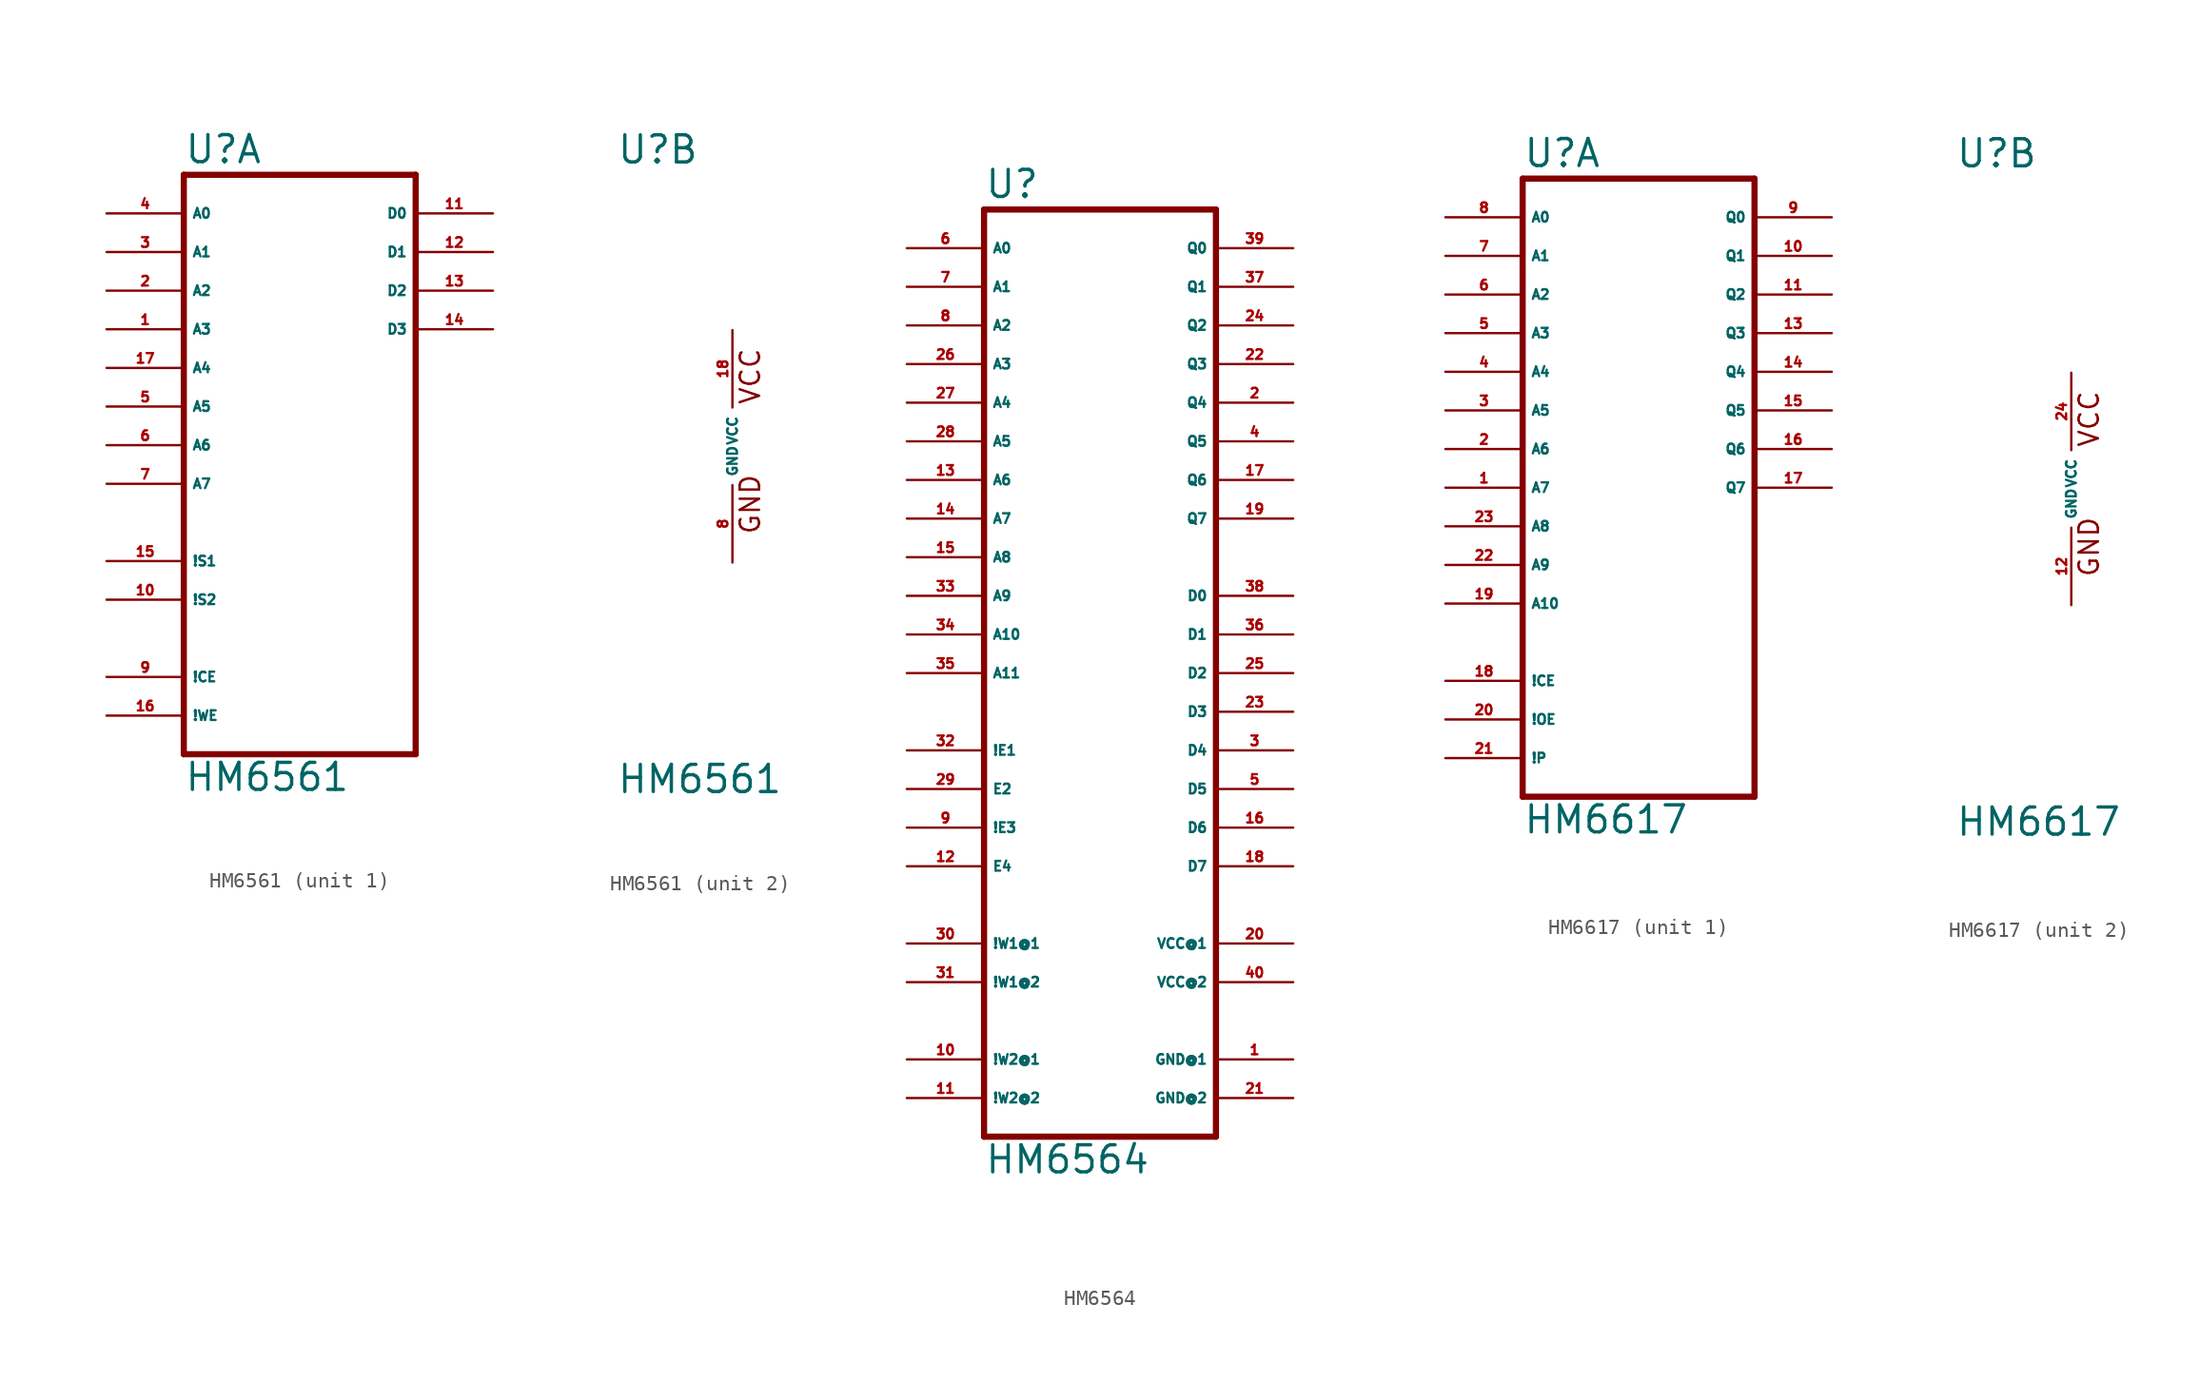
<source format=kicad_sym>
(kicad_symbol_lib
  (version 20220914)
  (generator Eagle2Kicad)
  (symbol "HM6561"
    (property "Reference" "U"
      (at -7.62 18.415 0)
      (effects (font (size 1.778 1.778) (thickness 0.22)) (justify left bottom)))
    (property "Value" "HM6561"
      (at -7.62 -22.86 0)
      (effects (font (size 1.778 1.778) (thickness 0.22)) (justify left bottom)))
    (symbol "HM6561_1_0"
      (polyline (pts (xy -7.62 -20.32) (xy 7.62 -20.32)) (stroke (width 0.406) (type default)) (fill (type none)))
      (polyline (pts (xy 7.62 -20.32) (xy 7.62 17.78)) (stroke (width 0.406) (type default)) (fill (type none)))
      (polyline (pts (xy 7.62 17.78) (xy -7.62 17.78)) (stroke (width 0.406) (type default)) (fill (type none)))
      (polyline (pts (xy -7.62 17.78) (xy -7.62 -20.32)) (stroke (width 0.406) (type default)) (fill (type none)))
      (pin input line (at -12.7 7.62 0) (length 5.08) (name "A3" (effects (font (size 0.635 0.635) (thickness 0.08)) (justify left bottom))) (number "1" (effects (font (size 0.635 0.635) (thickness 0.08)) (justify left bottom))))
      (pin input line (at -12.7 10.16 0) (length 5.08) (name "A2" (effects (font (size 0.635 0.635) (thickness 0.08)) (justify left bottom))) (number "2" (effects (font (size 0.635 0.635) (thickness 0.08)) (justify left bottom))))
      (pin input line (at -12.7 12.7 0) (length 5.08) (name "A1" (effects (font (size 0.635 0.635) (thickness 0.08)) (justify left bottom))) (number "3" (effects (font (size 0.635 0.635) (thickness 0.08)) (justify left bottom))))
      (pin input line (at -12.7 15.24 0) (length 5.08) (name "A0" (effects (font (size 0.635 0.635) (thickness 0.08)) (justify left bottom))) (number "4" (effects (font (size 0.635 0.635) (thickness 0.08)) (justify left bottom))))
      (pin input line (at -12.7 2.54 0) (length 5.08) (name "A5" (effects (font (size 0.635 0.635) (thickness 0.08)) (justify left bottom))) (number "5" (effects (font (size 0.635 0.635) (thickness 0.08)) (justify left bottom))))
      (pin input line (at -12.7 0 0) (length 5.08) (name "A6" (effects (font (size 0.635 0.635) (thickness 0.08)) (justify left bottom))) (number "6" (effects (font (size 0.635 0.635) (thickness 0.08)) (justify left bottom))))
      (pin input line (at -12.7 -2.54 0) (length 5.08) (name "A7" (effects (font (size 0.635 0.635) (thickness 0.08)) (justify left bottom))) (number "7" (effects (font (size 0.635 0.635) (thickness 0.08)) (justify left bottom))))
      (pin input line (at -12.7 -15.24 0) (length 5.08) (name "!CE" (effects (font (size 0.635 0.635) (thickness 0.08)) (justify left bottom))) (number "9" (effects (font (size 0.635 0.635) (thickness 0.08)) (justify left bottom))))
      (pin input line (at -12.7 -10.16 0) (length 5.08) (name "!S2" (effects (font (size 0.635 0.635) (thickness 0.08)) (justify left bottom))) (number "10" (effects (font (size 0.635 0.635) (thickness 0.08)) (justify left bottom))))
      (pin bidirectional line (at 12.7 15.24 180) (length 5.08) (name "D0" (effects (font (size 0.635 0.635) (thickness 0.08)) (justify left bottom))) (number "11" (effects (font (size 0.635 0.635) (thickness 0.08)) (justify left bottom))))
      (pin bidirectional line (at 12.7 12.7 180) (length 5.08) (name "D1" (effects (font (size 0.635 0.635) (thickness 0.08)) (justify left bottom))) (number "12" (effects (font (size 0.635 0.635) (thickness 0.08)) (justify left bottom))))
      (pin bidirectional line (at 12.7 10.16 180) (length 5.08) (name "D2" (effects (font (size 0.635 0.635) (thickness 0.08)) (justify left bottom))) (number "13" (effects (font (size 0.635 0.635) (thickness 0.08)) (justify left bottom))))
      (pin bidirectional line (at 12.7 7.62 180) (length 5.08) (name "D3" (effects (font (size 0.635 0.635) (thickness 0.08)) (justify left bottom))) (number "14" (effects (font (size 0.635 0.635) (thickness 0.08)) (justify left bottom))))
      (pin input line (at -12.7 -7.62 0) (length 5.08) (name "!S1" (effects (font (size 0.635 0.635) (thickness 0.08)) (justify left bottom))) (number "15" (effects (font (size 0.635 0.635) (thickness 0.08)) (justify left bottom))))
      (pin input line (at -12.7 -17.78 0) (length 5.08) (name "!WE" (effects (font (size 0.635 0.635) (thickness 0.08)) (justify left bottom))) (number "16" (effects (font (size 0.635 0.635) (thickness 0.08)) (justify left bottom))))
      (pin input line (at -12.7 5.08 0) (length 5.08) (name "A4" (effects (font (size 0.635 0.635) (thickness 0.08)) (justify left bottom))) (number "17" (effects (font (size 0.635 0.635) (thickness 0.08)) (justify left bottom)))))
    (symbol "HM6561_2_0"
      (text "GND" (at 1.905 -5.842 900) (effects (font (size 1.27 1.27) (thickness 0.16)) (justify left bottom)))
      (text "VCC" (at 1.905 2.667 900) (effects (font (size 1.27 1.27) (thickness 0.16)) (justify left bottom)))
      (pin unspecified line (at 0 -7.62 90) (length 5.08) (name "GND" (effects (font (size 0.635 0.635) (thickness 0.08)) (justify left bottom))) (number "8" (effects (font (size 0.635 0.635) (thickness 0.08)) (justify left bottom))))
      (pin unspecified line (at 0 7.62 270) (length 5.08) (name "VCC" (effects (font (size 0.635 0.635) (thickness 0.08)) (justify left bottom))) (number "18" (effects (font (size 0.635 0.635) (thickness 0.08)) (justify left bottom))))))
  (symbol "HM6564"
    (property "Reference" "U"
      (at -7.62 31.115 0)
      (effects (font (size 1.778 1.778) (thickness 0.22)) (justify left bottom)))
    (property "Value" "HM6564"
      (at -7.62 -33.02 0)
      (effects (font (size 1.778 1.778) (thickness 0.22)) (justify left bottom)))
    (polyline
      (pts (xy -7.62 -30.48) (xy 7.62 -30.48))
      (stroke (width 0.406) (type default))
      (fill (type none)))
    (polyline
      (pts (xy 7.62 -30.48) (xy 7.62 30.48))
      (stroke (width 0.406) (type default))
      (fill (type none)))
    (polyline
      (pts (xy 7.62 30.48) (xy -7.62 30.48))
      (stroke (width 0.406) (type default))
      (fill (type none)))
    (polyline
      (pts (xy -7.62 30.48) (xy -7.62 -30.48))
      (stroke (width 0.406) (type default))
      (fill (type none)))
    (pin tri_state line
      (at 12.7 17.78 180)
      (length 5.08)
      (name "Q4" (effects (font (size 0.635 0.635) (thickness 0.08)) (justify left bottom)))
      (number "2" (effects (font (size 0.635 0.635) (thickness 0.08)) (justify left bottom))))
    (pin input line
      (at 12.7 -5.08 180)
      (length 5.08)
      (name "D4" (effects (font (size 0.635 0.635) (thickness 0.08)) (justify left bottom)))
      (number "3" (effects (font (size 0.635 0.635) (thickness 0.08)) (justify left bottom))))
    (pin tri_state line
      (at 12.7 15.24 180)
      (length 5.08)
      (name "Q5" (effects (font (size 0.635 0.635) (thickness 0.08)) (justify left bottom)))
      (number "4" (effects (font (size 0.635 0.635) (thickness 0.08)) (justify left bottom))))
    (pin input line
      (at 12.7 -7.62 180)
      (length 5.08)
      (name "D5" (effects (font (size 0.635 0.635) (thickness 0.08)) (justify left bottom)))
      (number "5" (effects (font (size 0.635 0.635) (thickness 0.08)) (justify left bottom))))
    (pin input line
      (at -12.7 27.94 0)
      (length 5.08)
      (name "A0" (effects (font (size 0.635 0.635) (thickness 0.08)) (justify left bottom)))
      (number "6" (effects (font (size 0.635 0.635) (thickness 0.08)) (justify left bottom))))
    (pin input line
      (at -12.7 25.4 0)
      (length 5.08)
      (name "A1" (effects (font (size 0.635 0.635) (thickness 0.08)) (justify left bottom)))
      (number "7" (effects (font (size 0.635 0.635) (thickness 0.08)) (justify left bottom))))
    (pin input line
      (at -12.7 22.86 0)
      (length 5.08)
      (name "A2" (effects (font (size 0.635 0.635) (thickness 0.08)) (justify left bottom)))
      (number "8" (effects (font (size 0.635 0.635) (thickness 0.08)) (justify left bottom))))
    (pin input line
      (at -12.7 -10.16 0)
      (length 5.08)
      (name "!E3" (effects (font (size 0.635 0.635) (thickness 0.08)) (justify left bottom)))
      (number "9" (effects (font (size 0.635 0.635) (thickness 0.08)) (justify left bottom))))
    (pin input line
      (at -12.7 -25.4 0)
      (length 5.08)
      (name "!W2@1" (effects (font (size 0.635 0.635) (thickness 0.08)) (justify left bottom)))
      (number "10" (effects (font (size 0.635 0.635) (thickness 0.08)) (justify left bottom))))
    (pin input line
      (at -12.7 -27.94 0)
      (length 5.08)
      (name "!W2@2" (effects (font (size 0.635 0.635) (thickness 0.08)) (justify left bottom)))
      (number "11" (effects (font (size 0.635 0.635) (thickness 0.08)) (justify left bottom))))
    (pin input line
      (at -12.7 -12.7 0)
      (length 5.08)
      (name "E4" (effects (font (size 0.635 0.635) (thickness 0.08)) (justify left bottom)))
      (number "12" (effects (font (size 0.635 0.635) (thickness 0.08)) (justify left bottom))))
    (pin input line
      (at -12.7 12.7 0)
      (length 5.08)
      (name "A6" (effects (font (size 0.635 0.635) (thickness 0.08)) (justify left bottom)))
      (number "13" (effects (font (size 0.635 0.635) (thickness 0.08)) (justify left bottom))))
    (pin input line
      (at -12.7 10.16 0)
      (length 5.08)
      (name "A7" (effects (font (size 0.635 0.635) (thickness 0.08)) (justify left bottom)))
      (number "14" (effects (font (size 0.635 0.635) (thickness 0.08)) (justify left bottom))))
    (pin input line
      (at -12.7 7.62 0)
      (length 5.08)
      (name "A8" (effects (font (size 0.635 0.635) (thickness 0.08)) (justify left bottom)))
      (number "15" (effects (font (size 0.635 0.635) (thickness 0.08)) (justify left bottom))))
    (pin input line
      (at 12.7 -10.16 180)
      (length 5.08)
      (name "D6" (effects (font (size 0.635 0.635) (thickness 0.08)) (justify left bottom)))
      (number "16" (effects (font (size 0.635 0.635) (thickness 0.08)) (justify left bottom))))
    (pin tri_state line
      (at 12.7 12.7 180)
      (length 5.08)
      (name "Q6" (effects (font (size 0.635 0.635) (thickness 0.08)) (justify left bottom)))
      (number "17" (effects (font (size 0.635 0.635) (thickness 0.08)) (justify left bottom))))
    (pin input line
      (at 12.7 -12.7 180)
      (length 5.08)
      (name "D7" (effects (font (size 0.635 0.635) (thickness 0.08)) (justify left bottom)))
      (number "18" (effects (font (size 0.635 0.635) (thickness 0.08)) (justify left bottom))))
    (pin tri_state line
      (at 12.7 10.16 180)
      (length 5.08)
      (name "Q7" (effects (font (size 0.635 0.635) (thickness 0.08)) (justify left bottom)))
      (number "19" (effects (font (size 0.635 0.635) (thickness 0.08)) (justify left bottom))))
    (pin tri_state line
      (at 12.7 20.32 180)
      (length 5.08)
      (name "Q3" (effects (font (size 0.635 0.635) (thickness 0.08)) (justify left bottom)))
      (number "22" (effects (font (size 0.635 0.635) (thickness 0.08)) (justify left bottom))))
    (pin input line
      (at 12.7 -2.54 180)
      (length 5.08)
      (name "D3" (effects (font (size 0.635 0.635) (thickness 0.08)) (justify left bottom)))
      (number "23" (effects (font (size 0.635 0.635) (thickness 0.08)) (justify left bottom))))
    (pin tri_state line
      (at 12.7 22.86 180)
      (length 5.08)
      (name "Q2" (effects (font (size 0.635 0.635) (thickness 0.08)) (justify left bottom)))
      (number "24" (effects (font (size 0.635 0.635) (thickness 0.08)) (justify left bottom))))
    (pin input line
      (at 12.7 0 180)
      (length 5.08)
      (name "D2" (effects (font (size 0.635 0.635) (thickness 0.08)) (justify left bottom)))
      (number "25" (effects (font (size 0.635 0.635) (thickness 0.08)) (justify left bottom))))
    (pin input line
      (at -12.7 20.32 0)
      (length 5.08)
      (name "A3" (effects (font (size 0.635 0.635) (thickness 0.08)) (justify left bottom)))
      (number "26" (effects (font (size 0.635 0.635) (thickness 0.08)) (justify left bottom))))
    (pin input line
      (at -12.7 17.78 0)
      (length 5.08)
      (name "A4" (effects (font (size 0.635 0.635) (thickness 0.08)) (justify left bottom)))
      (number "27" (effects (font (size 0.635 0.635) (thickness 0.08)) (justify left bottom))))
    (pin input line
      (at -12.7 15.24 0)
      (length 5.08)
      (name "A5" (effects (font (size 0.635 0.635) (thickness 0.08)) (justify left bottom)))
      (number "28" (effects (font (size 0.635 0.635) (thickness 0.08)) (justify left bottom))))
    (pin input line
      (at -12.7 -7.62 0)
      (length 5.08)
      (name "E2" (effects (font (size 0.635 0.635) (thickness 0.08)) (justify left bottom)))
      (number "29" (effects (font (size 0.635 0.635) (thickness 0.08)) (justify left bottom))))
    (pin input line
      (at -12.7 -17.78 0)
      (length 5.08)
      (name "!W1@1" (effects (font (size 0.635 0.635) (thickness 0.08)) (justify left bottom)))
      (number "30" (effects (font (size 0.635 0.635) (thickness 0.08)) (justify left bottom))))
    (pin input line
      (at -12.7 -20.32 0)
      (length 5.08)
      (name "!W1@2" (effects (font (size 0.635 0.635) (thickness 0.08)) (justify left bottom)))
      (number "31" (effects (font (size 0.635 0.635) (thickness 0.08)) (justify left bottom))))
    (pin input line
      (at -12.7 -5.08 0)
      (length 5.08)
      (name "!E1" (effects (font (size 0.635 0.635) (thickness 0.08)) (justify left bottom)))
      (number "32" (effects (font (size 0.635 0.635) (thickness 0.08)) (justify left bottom))))
    (pin input line
      (at -12.7 5.08 0)
      (length 5.08)
      (name "A9" (effects (font (size 0.635 0.635) (thickness 0.08)) (justify left bottom)))
      (number "33" (effects (font (size 0.635 0.635) (thickness 0.08)) (justify left bottom))))
    (pin input line
      (at -12.7 2.54 0)
      (length 5.08)
      (name "A10" (effects (font (size 0.635 0.635) (thickness 0.08)) (justify left bottom)))
      (number "34" (effects (font (size 0.635 0.635) (thickness 0.08)) (justify left bottom))))
    (pin input line
      (at -12.7 0 0)
      (length 5.08)
      (name "A11" (effects (font (size 0.635 0.635) (thickness 0.08)) (justify left bottom)))
      (number "35" (effects (font (size 0.635 0.635) (thickness 0.08)) (justify left bottom))))
    (pin input line
      (at 12.7 2.54 180)
      (length 5.08)
      (name "D1" (effects (font (size 0.635 0.635) (thickness 0.08)) (justify left bottom)))
      (number "36" (effects (font (size 0.635 0.635) (thickness 0.08)) (justify left bottom))))
    (pin tri_state line
      (at 12.7 25.4 180)
      (length 5.08)
      (name "Q1" (effects (font (size 0.635 0.635) (thickness 0.08)) (justify left bottom)))
      (number "37" (effects (font (size 0.635 0.635) (thickness 0.08)) (justify left bottom))))
    (pin input line
      (at 12.7 5.08 180)
      (length 5.08)
      (name "D0" (effects (font (size 0.635 0.635) (thickness 0.08)) (justify left bottom)))
      (number "38" (effects (font (size 0.635 0.635) (thickness 0.08)) (justify left bottom))))
    (pin tri_state line
      (at 12.7 27.94 180)
      (length 5.08)
      (name "Q0" (effects (font (size 0.635 0.635) (thickness 0.08)) (justify left bottom)))
      (number "39" (effects (font (size 0.635 0.635) (thickness 0.08)) (justify left bottom))))
    (pin unspecified line
      (at 12.7 -17.78 180)
      (length 5.08)
      (name "VCC@1" (effects (font (size 0.635 0.635) (thickness 0.08)) (justify left bottom)))
      (number "20" (effects (font (size 0.635 0.635) (thickness 0.08)) (justify left bottom))))
    (pin unspecified line
      (at 12.7 -20.32 180)
      (length 5.08)
      (name "VCC@2" (effects (font (size 0.635 0.635) (thickness 0.08)) (justify left bottom)))
      (number "40" (effects (font (size 0.635 0.635) (thickness 0.08)) (justify left bottom))))
    (pin unspecified line
      (at 12.7 -25.4 180)
      (length 5.08)
      (name "GND@1" (effects (font (size 0.635 0.635) (thickness 0.08)) (justify left bottom)))
      (number "1" (effects (font (size 0.635 0.635) (thickness 0.08)) (justify left bottom))))
    (pin unspecified line
      (at 12.7 -27.94 180)
      (length 5.08)
      (name "GND@2" (effects (font (size 0.635 0.635) (thickness 0.08)) (justify left bottom)))
      (number "21" (effects (font (size 0.635 0.635) (thickness 0.08)) (justify left bottom)))))
  (symbol "HM6617"
    (property "Reference" "U"
      (at -7.62 20.955 0)
      (effects (font (size 1.778 1.778) (thickness 0.22)) (justify left bottom)))
    (property "Value" "HM6617"
      (at -7.62 -22.86 0)
      (effects (font (size 1.778 1.778) (thickness 0.22)) (justify left bottom)))
    (symbol "HM6617_1_0"
      (polyline (pts (xy -7.62 -20.32) (xy 7.62 -20.32)) (stroke (width 0.406) (type default)) (fill (type none)))
      (polyline (pts (xy 7.62 -20.32) (xy 7.62 20.32)) (stroke (width 0.406) (type default)) (fill (type none)))
      (polyline (pts (xy 7.62 20.32) (xy -7.62 20.32)) (stroke (width 0.406) (type default)) (fill (type none)))
      (polyline (pts (xy -7.62 20.32) (xy -7.62 -20.32)) (stroke (width 0.406) (type default)) (fill (type none)))
      (pin input line (at -12.7 0 0) (length 5.08) (name "A7" (effects (font (size 0.635 0.635) (thickness 0.08)) (justify left bottom))) (number "1" (effects (font (size 0.635 0.635) (thickness 0.08)) (justify left bottom))))
      (pin input line (at -12.7 2.54 0) (length 5.08) (name "A6" (effects (font (size 0.635 0.635) (thickness 0.08)) (justify left bottom))) (number "2" (effects (font (size 0.635 0.635) (thickness 0.08)) (justify left bottom))))
      (pin input line (at -12.7 5.08 0) (length 5.08) (name "A5" (effects (font (size 0.635 0.635) (thickness 0.08)) (justify left bottom))) (number "3" (effects (font (size 0.635 0.635) (thickness 0.08)) (justify left bottom))))
      (pin input line (at -12.7 7.62 0) (length 5.08) (name "A4" (effects (font (size 0.635 0.635) (thickness 0.08)) (justify left bottom))) (number "4" (effects (font (size 0.635 0.635) (thickness 0.08)) (justify left bottom))))
      (pin input line (at -12.7 10.16 0) (length 5.08) (name "A3" (effects (font (size 0.635 0.635) (thickness 0.08)) (justify left bottom))) (number "5" (effects (font (size 0.635 0.635) (thickness 0.08)) (justify left bottom))))
      (pin input line (at -12.7 12.7 0) (length 5.08) (name "A2" (effects (font (size 0.635 0.635) (thickness 0.08)) (justify left bottom))) (number "6" (effects (font (size 0.635 0.635) (thickness 0.08)) (justify left bottom))))
      (pin input line (at -12.7 15.24 0) (length 5.08) (name "A1" (effects (font (size 0.635 0.635) (thickness 0.08)) (justify left bottom))) (number "7" (effects (font (size 0.635 0.635) (thickness 0.08)) (justify left bottom))))
      (pin input line (at -12.7 17.78 0) (length 5.08) (name "A0" (effects (font (size 0.635 0.635) (thickness 0.08)) (justify left bottom))) (number "8" (effects (font (size 0.635 0.635) (thickness 0.08)) (justify left bottom))))
      (pin tri_state line (at 12.7 17.78 180) (length 5.08) (name "Q0" (effects (font (size 0.635 0.635) (thickness 0.08)) (justify left bottom))) (number "9" (effects (font (size 0.635 0.635) (thickness 0.08)) (justify left bottom))))
      (pin tri_state line (at 12.7 15.24 180) (length 5.08) (name "Q1" (effects (font (size 0.635 0.635) (thickness 0.08)) (justify left bottom))) (number "10" (effects (font (size 0.635 0.635) (thickness 0.08)) (justify left bottom))))
      (pin tri_state line (at 12.7 12.7 180) (length 5.08) (name "Q2" (effects (font (size 0.635 0.635) (thickness 0.08)) (justify left bottom))) (number "11" (effects (font (size 0.635 0.635) (thickness 0.08)) (justify left bottom))))
      (pin tri_state line (at 12.7 10.16 180) (length 5.08) (name "Q3" (effects (font (size 0.635 0.635) (thickness 0.08)) (justify left bottom))) (number "13" (effects (font (size 0.635 0.635) (thickness 0.08)) (justify left bottom))))
      (pin tri_state line (at 12.7 7.62 180) (length 5.08) (name "Q4" (effects (font (size 0.635 0.635) (thickness 0.08)) (justify left bottom))) (number "14" (effects (font (size 0.635 0.635) (thickness 0.08)) (justify left bottom))))
      (pin tri_state line (at 12.7 5.08 180) (length 5.08) (name "Q5" (effects (font (size 0.635 0.635) (thickness 0.08)) (justify left bottom))) (number "15" (effects (font (size 0.635 0.635) (thickness 0.08)) (justify left bottom))))
      (pin tri_state line (at 12.7 2.54 180) (length 5.08) (name "Q6" (effects (font (size 0.635 0.635) (thickness 0.08)) (justify left bottom))) (number "16" (effects (font (size 0.635 0.635) (thickness 0.08)) (justify left bottom))))
      (pin tri_state line (at 12.7 0 180) (length 5.08) (name "Q7" (effects (font (size 0.635 0.635) (thickness 0.08)) (justify left bottom))) (number "17" (effects (font (size 0.635 0.635) (thickness 0.08)) (justify left bottom))))
      (pin input line (at -12.7 -12.7 0) (length 5.08) (name "!CE" (effects (font (size 0.635 0.635) (thickness 0.08)) (justify left bottom))) (number "18" (effects (font (size 0.635 0.635) (thickness 0.08)) (justify left bottom))))
      (pin input line (at -12.7 -7.62 0) (length 5.08) (name "A10" (effects (font (size 0.635 0.635) (thickness 0.08)) (justify left bottom))) (number "19" (effects (font (size 0.635 0.635) (thickness 0.08)) (justify left bottom))))
      (pin input line (at -12.7 -15.24 0) (length 5.08) (name "!OE" (effects (font (size 0.635 0.635) (thickness 0.08)) (justify left bottom))) (number "20" (effects (font (size 0.635 0.635) (thickness 0.08)) (justify left bottom))))
      (pin input line (at -12.7 -17.78 0) (length 5.08) (name "!P" (effects (font (size 0.635 0.635) (thickness 0.08)) (justify left bottom))) (number "21" (effects (font (size 0.635 0.635) (thickness 0.08)) (justify left bottom))))
      (pin input line (at -12.7 -5.08 0) (length 5.08) (name "A9" (effects (font (size 0.635 0.635) (thickness 0.08)) (justify left bottom))) (number "22" (effects (font (size 0.635 0.635) (thickness 0.08)) (justify left bottom))))
      (pin input line (at -12.7 -2.54 0) (length 5.08) (name "A8" (effects (font (size 0.635 0.635) (thickness 0.08)) (justify left bottom))) (number "23" (effects (font (size 0.635 0.635) (thickness 0.08)) (justify left bottom)))))
    (symbol "HM6617_2_0"
      (text "GND" (at 1.905 -5.842 900) (effects (font (size 1.27 1.27) (thickness 0.16)) (justify left bottom)))
      (text "VCC" (at 1.905 2.667 900) (effects (font (size 1.27 1.27) (thickness 0.16)) (justify left bottom)))
      (pin unspecified line (at 0 -7.62 90) (length 5.08) (name "GND" (effects (font (size 0.635 0.635) (thickness 0.08)) (justify left bottom))) (number "12" (effects (font (size 0.635 0.635) (thickness 0.08)) (justify left bottom))))
      (pin unspecified line (at 0 7.62 270) (length 5.08) (name "VCC" (effects (font (size 0.635 0.635) (thickness 0.08)) (justify left bottom))) (number "24" (effects (font (size 0.635 0.635) (thickness 0.08)) (justify left bottom)))))))
</source>
